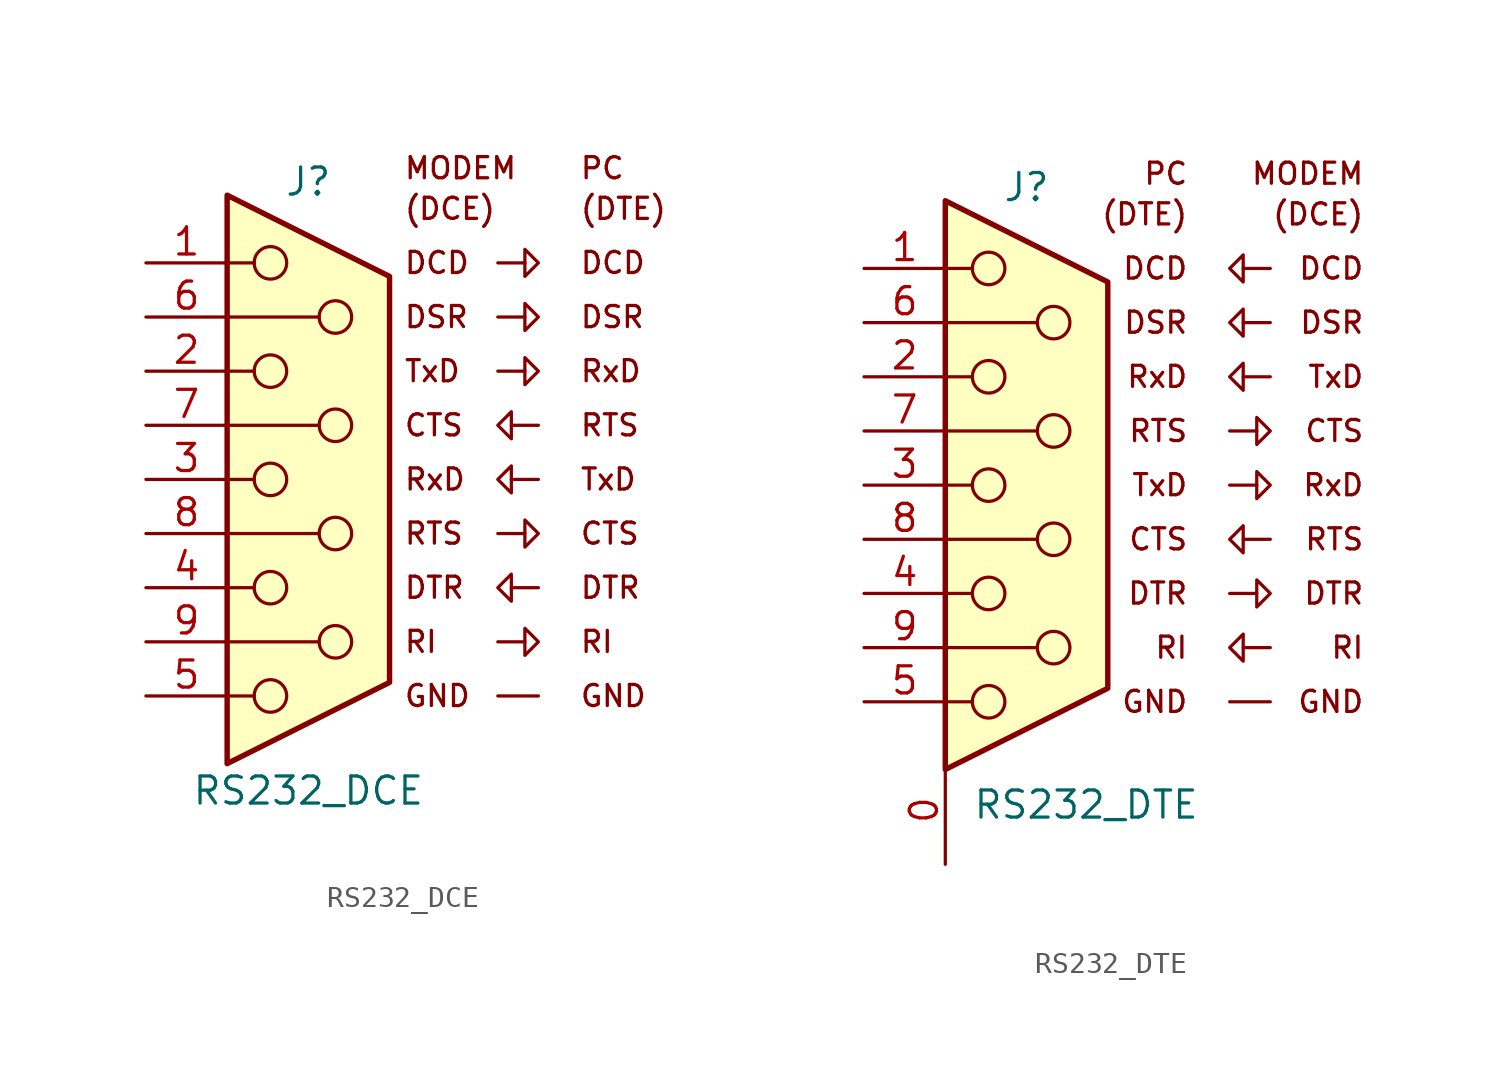
<source format=kicad_sym>
(kicad_symbol_lib
  (version 20231120)
  (generator "kicad_symbol_editor")
  (generator_version "8.0")
  (symbol "RS232_DCE"
    (pin_names
      (offset 1.016) hide)
    (property "Reference" "J"
      (at 0 13.97 0)
      (effects (font (size 1.27 1.27))))
    (property "Value" "RS232_DCE"
      (at 0 -14.605 0)
      (effects (font (size 1.27 1.27))))
    (symbol "RS232_DCE_0_0"
      (text "DSR" (at 4.445 7.62 0) (effects (font (size 0.991 0.991)) (justify left))))
    (symbol "RS232_DCE_0_1"
      (circle (center -1.778 -10.16) (radius 0.762) (stroke (width 0) (type solid)) (fill (type none)))
      (circle (center -1.778 -5.08) (radius 0.762) (stroke (width 0) (type solid)) (fill (type none)))
      (circle (center -1.778 0) (radius 0.762) (stroke (width 0) (type solid)) (fill (type none)))
      (circle (center -1.778 5.08) (radius 0.762) (stroke (width 0) (type solid)) (fill (type none)))
      (circle (center -1.778 10.16) (radius 0.762) (stroke (width 0) (type solid)) (fill (type none)))
      (polyline (pts (xy -3.81 -10.16) (xy -2.54 -10.16)) (stroke (width 0) (type solid)) (fill (type none)))
      (polyline (pts (xy -3.81 -7.62) (xy 0.508 -7.62)) (stroke (width 0) (type solid)) (fill (type none)))
      (polyline (pts (xy -3.81 -5.08) (xy -2.54 -5.08)) (stroke (width 0) (type solid)) (fill (type none)))
      (polyline (pts (xy -3.81 -2.54) (xy 0.508 -2.54)) (stroke (width 0) (type solid)) (fill (type none)))
      (polyline (pts (xy -3.81 0) (xy -2.54 0)) (stroke (width 0) (type solid)) (fill (type none)))
      (polyline (pts (xy -3.81 2.54) (xy 0.508 2.54)) (stroke (width 0) (type solid)) (fill (type none)))
      (polyline (pts (xy -3.81 5.08) (xy -2.54 5.08)) (stroke (width 0) (type solid)) (fill (type none)))
      (polyline (pts (xy -3.81 7.62) (xy 0.508 7.62)) (stroke (width 0) (type solid)) (fill (type none)))
      (polyline (pts (xy -3.81 10.16) (xy -2.54 10.16)) (stroke (width 0) (type solid)) (fill (type none)))
      (polyline (pts (xy -3.81 13.335) (xy -3.81 -13.335) (xy 3.81 -9.525) (xy 3.81 9.525) (xy -3.81 13.335)) (stroke (width 0.254) (type solid)) (fill (type background)))
      (circle (center 1.27 -7.62) (radius 0.762) (stroke (width 0) (type solid)) (fill (type none)))
      (circle (center 1.27 -2.54) (radius 0.762) (stroke (width 0) (type solid)) (fill (type none)))
      (circle (center 1.27 2.54) (radius 0.762) (stroke (width 0) (type solid)) (fill (type none)))
      (circle (center 1.27 7.62) (radius 0.762) (stroke (width 0) (type solid)) (fill (type none))))
    (symbol "RS232_DCE_1_1"
      (polyline (pts (xy 8.89 -10.16) (xy 10.795 -10.16)) (stroke (width 0) (type solid)) (fill (type none)))
      (polyline (pts (xy 9.525 -5.08) (xy 10.795 -5.08)) (stroke (width 0) (type solid)) (fill (type none)))
      (polyline (pts (xy 9.525 0) (xy 10.795 0)) (stroke (width 0) (type solid)) (fill (type none)))
      (polyline (pts (xy 9.525 2.54) (xy 10.795 2.54)) (stroke (width 0) (type solid)) (fill (type none)))
      (polyline (pts (xy 10.16 -7.62) (xy 8.89 -7.62)) (stroke (width 0) (type solid)) (fill (type none)))
      (polyline (pts (xy 10.16 -2.54) (xy 8.89 -2.54)) (stroke (width 0) (type solid)) (fill (type none)))
      (polyline (pts (xy 10.16 5.08) (xy 8.89 5.08)) (stroke (width 0) (type solid)) (fill (type none)))
      (polyline (pts (xy 10.16 7.62) (xy 8.89 7.62)) (stroke (width 0) (type solid)) (fill (type none)))
      (polyline (pts (xy 10.16 10.16) (xy 8.89 10.16)) (stroke (width 0) (type solid)) (fill (type none)))
      (polyline (pts (xy 8.89 -5.08) (xy 9.525 -5.715) (xy 9.525 -4.445) (xy 8.89 -5.08)) (stroke (width 0) (type solid)) (fill (type none)))
      (polyline (pts (xy 8.89 0) (xy 9.525 -0.635) (xy 9.525 0.635) (xy 8.89 0)) (stroke (width 0) (type solid)) (fill (type none)))
      (polyline (pts (xy 8.89 2.54) (xy 9.525 1.905) (xy 9.525 3.175) (xy 8.89 2.54)) (stroke (width 0) (type solid)) (fill (type none)))
      (polyline (pts (xy 10.795 -7.62) (xy 10.16 -6.985) (xy 10.16 -8.255) (xy 10.795 -7.62)) (stroke (width 0) (type solid)) (fill (type none)))
      (polyline (pts (xy 10.795 -2.54) (xy 10.16 -1.905) (xy 10.16 -3.175) (xy 10.795 -2.54)) (stroke (width 0) (type solid)) (fill (type none)))
      (polyline (pts (xy 10.795 5.08) (xy 10.16 5.715) (xy 10.16 4.445) (xy 10.795 5.08)) (stroke (width 0) (type solid)) (fill (type none)))
      (polyline (pts (xy 10.795 7.62) (xy 10.16 8.255) (xy 10.16 6.985) (xy 10.795 7.62)) (stroke (width 0) (type solid)) (fill (type none)))
      (polyline (pts (xy 10.795 10.16) (xy 10.16 10.795) (xy 10.16 9.525) (xy 10.795 10.16)) (stroke (width 0) (type solid)) (fill (type none)))
      (text "(DCE)" (at 4.445 12.7 0) (effects (font (size 0.991 0.991)) (justify left)))
      (text "(DTE)" (at 12.7 12.7 0) (effects (font (size 0.991 0.991)) (justify left)))
      (text "CTS" (at 4.445 2.54 0) (effects (font (size 0.991 0.991)) (justify left)))
      (text "CTS" (at 12.7 -2.54 0) (effects (font (size 0.991 0.991)) (justify left)))
      (text "DCD" (at 4.445 10.16 0) (effects (font (size 0.991 0.991)) (justify left)))
      (text "DCD" (at 12.7 10.16 0) (effects (font (size 0.991 0.991)) (justify left)))
      (text "DSR" (at 12.7 7.62 0) (effects (font (size 0.991 0.991)) (justify left)))
      (text "DTR" (at 4.445 -5.08 0) (effects (font (size 0.991 0.991)) (justify left)))
      (text "DTR" (at 12.7 -5.08 0) (effects (font (size 0.991 0.991)) (justify left)))
      (text "GND" (at 4.445 -10.16 0) (effects (font (size 0.991 0.991)) (justify left)))
      (text "GND" (at 12.7 -10.16 0) (effects (font (size 0.991 0.991)) (justify left)))
      (text "MODEM" (at 4.445 14.605 0) (effects (font (size 0.991 0.991)) (justify left)))
      (text "PC" (at 12.7 14.605 0) (effects (font (size 0.991 0.991)) (justify left)))
      (text "RI" (at 4.445 -7.62 0) (effects (font (size 0.991 0.991)) (justify left)))
      (text "RI" (at 12.7 -7.62 0) (effects (font (size 0.991 0.991)) (justify left)))
      (text "RTS" (at 4.445 -2.54 0) (effects (font (size 0.991 0.991)) (justify left)))
      (text "RTS" (at 12.7 2.54 0) (effects (font (size 0.991 0.991)) (justify left)))
      (text "RxD" (at 4.445 0 0) (effects (font (size 0.991 0.991)) (justify left)))
      (text "RxD" (at 12.7 5.08 0) (effects (font (size 0.991 0.991)) (justify left)))
      (text "TxD" (at 4.445 5.08 0) (effects (font (size 0.991 0.991)) (justify left)))
      (text "TxD" (at 12.7 0 0) (effects (font (size 0.991 0.991)) (justify left)))
      (pin input line (at -7.62 10.16 0) (length 3.81) (name "1" (effects (font (size 1.27 1.27)))) (number "1" (effects (font (size 1.27 1.27)))))
      (pin input line (at -7.62 5.08 0) (length 3.81) (name "2" (effects (font (size 1.27 1.27)))) (number "2" (effects (font (size 1.27 1.27)))))
      (pin output line (at -7.62 0 0) (length 3.81) (name "3" (effects (font (size 1.27 1.27)))) (number "3" (effects (font (size 1.27 1.27)))))
      (pin output line (at -7.62 -5.08 0) (length 3.81) (name "4" (effects (font (size 1.27 1.27)))) (number "4" (effects (font (size 1.27 1.27)))))
      (pin passive line (at -7.62 -10.16 0) (length 3.81) (name "5" (effects (font (size 1.27 1.27)))) (number "5" (effects (font (size 1.27 1.27)))))
      (pin input line (at -7.62 7.62 0) (length 3.81) (name "6" (effects (font (size 1.27 1.27)))) (number "6" (effects (font (size 1.27 1.27)))))
      (pin output line (at -7.62 2.54 0) (length 3.81) (name "7" (effects (font (size 1.27 1.27)))) (number "7" (effects (font (size 1.27 1.27)))))
      (pin input line (at -7.62 -2.54 0) (length 3.81) (name "8" (effects (font (size 1.27 1.27)))) (number "8" (effects (font (size 1.27 1.27)))))
      (pin input line (at -7.62 -7.62 0) (length 3.81) (name "9" (effects (font (size 1.27 1.27)))) (number "9" (effects (font (size 1.27 1.27)))))))
  (symbol "RS232_DTE"
    (pin_names
      (offset 1.016) hide)
    (property "Reference" "J"
      (at 0 13.97 0)
      (effects (font (size 1.27 1.27))))
    (property "Value" "RS232_DTE"
      (at 2.794 -14.986 0)
      (effects (font (size 1.27 1.27))))
    (symbol "RS232_DTE_0_0"
      (text "DSR" (at 15.875 7.62 0) (effects (font (size 0.991 0.991)) (justify right))))
    (symbol "RS232_DTE_0_1"
      (circle (center -1.778 -10.16) (radius 0.762) (stroke (width 0) (type solid)) (fill (type none)))
      (circle (center -1.778 -5.08) (radius 0.762) (stroke (width 0) (type solid)) (fill (type none)))
      (circle (center -1.778 0) (radius 0.762) (stroke (width 0) (type solid)) (fill (type none)))
      (circle (center -1.778 5.08) (radius 0.762) (stroke (width 0) (type solid)) (fill (type none)))
      (circle (center -1.778 10.16) (radius 0.762) (stroke (width 0) (type solid)) (fill (type none)))
      (polyline (pts (xy -3.81 -10.16) (xy -2.54 -10.16)) (stroke (width 0) (type solid)) (fill (type none)))
      (polyline (pts (xy -3.81 -7.62) (xy 0.508 -7.62)) (stroke (width 0) (type solid)) (fill (type none)))
      (polyline (pts (xy -3.81 -5.08) (xy -2.54 -5.08)) (stroke (width 0) (type solid)) (fill (type none)))
      (polyline (pts (xy -3.81 -2.54) (xy 0.508 -2.54)) (stroke (width 0) (type solid)) (fill (type none)))
      (polyline (pts (xy -3.81 0) (xy -2.54 0)) (stroke (width 0) (type solid)) (fill (type none)))
      (polyline (pts (xy -3.81 2.54) (xy 0.508 2.54)) (stroke (width 0) (type solid)) (fill (type none)))
      (polyline (pts (xy -3.81 5.08) (xy -2.54 5.08)) (stroke (width 0) (type solid)) (fill (type none)))
      (polyline (pts (xy -3.81 7.62) (xy 0.508 7.62)) (stroke (width 0) (type solid)) (fill (type none)))
      (polyline (pts (xy -3.81 10.16) (xy -2.54 10.16)) (stroke (width 0) (type solid)) (fill (type none)))
      (polyline (pts (xy -3.81 13.335) (xy -3.81 -13.335) (xy 3.81 -9.525) (xy 3.81 9.525) (xy -3.81 13.335)) (stroke (width 0.254) (type solid)) (fill (type background)))
      (circle (center 1.27 -7.62) (radius 0.762) (stroke (width 0) (type solid)) (fill (type none)))
      (circle (center 1.27 -2.54) (radius 0.762) (stroke (width 0) (type solid)) (fill (type none)))
      (circle (center 1.27 2.54) (radius 0.762) (stroke (width 0) (type solid)) (fill (type none)))
      (circle (center 1.27 7.62) (radius 0.762) (stroke (width 0) (type solid)) (fill (type none))))
    (symbol "RS232_DTE_1_1"
      (polyline (pts (xy 10.16 -7.62) (xy 11.43 -7.62)) (stroke (width 0) (type solid)) (fill (type none)))
      (polyline (pts (xy 10.16 -2.54) (xy 11.43 -2.54)) (stroke (width 0) (type solid)) (fill (type none)))
      (polyline (pts (xy 10.16 5.08) (xy 11.43 5.08)) (stroke (width 0) (type solid)) (fill (type none)))
      (polyline (pts (xy 10.16 7.62) (xy 11.43 7.62)) (stroke (width 0) (type solid)) (fill (type none)))
      (polyline (pts (xy 10.16 10.16) (xy 11.43 10.16)) (stroke (width 0) (type solid)) (fill (type none)))
      (polyline (pts (xy 10.795 -5.08) (xy 9.525 -5.08)) (stroke (width 0) (type solid)) (fill (type none)))
      (polyline (pts (xy 10.795 0) (xy 9.525 0)) (stroke (width 0) (type solid)) (fill (type none)))
      (polyline (pts (xy 10.795 2.54) (xy 9.525 2.54)) (stroke (width 0) (type solid)) (fill (type none)))
      (polyline (pts (xy 11.43 -10.16) (xy 9.525 -10.16)) (stroke (width 0) (type solid)) (fill (type none)))
      (polyline (pts (xy 9.525 -7.62) (xy 10.16 -6.985) (xy 10.16 -8.255) (xy 9.525 -7.62)) (stroke (width 0) (type solid)) (fill (type none)))
      (polyline (pts (xy 9.525 -2.54) (xy 10.16 -1.905) (xy 10.16 -3.175) (xy 9.525 -2.54)) (stroke (width 0) (type solid)) (fill (type none)))
      (polyline (pts (xy 9.525 5.08) (xy 10.16 5.715) (xy 10.16 4.445) (xy 9.525 5.08)) (stroke (width 0) (type solid)) (fill (type none)))
      (polyline (pts (xy 9.525 7.62) (xy 10.16 8.255) (xy 10.16 6.985) (xy 9.525 7.62)) (stroke (width 0) (type solid)) (fill (type none)))
      (polyline (pts (xy 9.525 10.16) (xy 10.16 10.795) (xy 10.16 9.525) (xy 9.525 10.16)) (stroke (width 0) (type solid)) (fill (type none)))
      (polyline (pts (xy 11.43 -5.08) (xy 10.795 -5.715) (xy 10.795 -4.445) (xy 11.43 -5.08)) (stroke (width 0) (type solid)) (fill (type none)))
      (polyline (pts (xy 11.43 0) (xy 10.795 -0.635) (xy 10.795 0.635) (xy 11.43 0)) (stroke (width 0) (type solid)) (fill (type none)))
      (polyline (pts (xy 11.43 2.54) (xy 10.795 1.905) (xy 10.795 3.175) (xy 11.43 2.54)) (stroke (width 0) (type solid)) (fill (type none)))
      (text "(DCE)" (at 15.875 12.7 0) (effects (font (size 0.991 0.991)) (justify right)))
      (text "(DTE)" (at 7.62 12.7 0) (effects (font (size 0.991 0.991)) (justify right)))
      (text "CTS" (at 7.62 -2.54 0) (effects (font (size 0.991 0.991)) (justify right)))
      (text "CTS" (at 15.875 2.54 0) (effects (font (size 0.991 0.991)) (justify right)))
      (text "DCD" (at 7.62 10.16 0) (effects (font (size 0.991 0.991)) (justify right)))
      (text "DCD" (at 15.875 10.16 0) (effects (font (size 0.991 0.991)) (justify right)))
      (text "DSR" (at 7.62 7.62 0) (effects (font (size 0.991 0.991)) (justify right)))
      (text "DTR" (at 7.62 -5.08 0) (effects (font (size 0.991 0.991)) (justify right)))
      (text "DTR" (at 15.875 -5.08 0) (effects (font (size 0.991 0.991)) (justify right)))
      (text "GND" (at 7.62 -10.16 0) (effects (font (size 0.991 0.991)) (justify right)))
      (text "GND" (at 15.875 -10.16 0) (effects (font (size 0.991 0.991)) (justify right)))
      (text "MODEM" (at 15.875 14.605 0) (effects (font (size 0.991 0.991)) (justify right)))
      (text "PC" (at 7.62 14.605 0) (effects (font (size 0.991 0.991)) (justify right)))
      (text "RI" (at 7.62 -7.62 0) (effects (font (size 0.991 0.991)) (justify right)))
      (text "RI" (at 15.875 -7.62 0) (effects (font (size 0.991 0.991)) (justify right)))
      (text "RTS" (at 7.62 2.54 0) (effects (font (size 0.991 0.991)) (justify right)))
      (text "RTS" (at 15.875 -2.54 0) (effects (font (size 0.991 0.991)) (justify right)))
      (text "RxD" (at 7.62 5.08 0) (effects (font (size 0.991 0.991)) (justify right)))
      (text "RxD" (at 15.875 0 0) (effects (font (size 0.991 0.991)) (justify right)))
      (text "TxD" (at 7.62 0 0) (effects (font (size 0.991 0.991)) (justify right)))
      (text "TxD" (at 15.875 5.08 0) (effects (font (size 0.991 0.991)) (justify right)))
      (pin passive line (at -3.81 -17.78 90) (length 5.08) (name "S" (effects (font (size 1.27 1.27)))) (number "0" (effects (font (size 1.27 1.27)))))
      (pin output line (at -7.62 10.16 0) (length 3.81) (name "1" (effects (font (size 1.27 1.27)))) (number "1" (effects (font (size 1.27 1.27)))))
      (pin output line (at -7.62 5.08 0) (length 3.81) (name "2" (effects (font (size 1.27 1.27)))) (number "2" (effects (font (size 1.27 1.27)))))
      (pin input line (at -7.62 0 0) (length 3.81) (name "3" (effects (font (size 1.27 1.27)))) (number "3" (effects (font (size 1.27 1.27)))))
      (pin input line (at -7.62 -5.08 0) (length 3.81) (name "4" (effects (font (size 1.27 1.27)))) (number "4" (effects (font (size 1.27 1.27)))))
      (pin passive line (at -7.62 -10.16 0) (length 3.81) (name "5" (effects (font (size 1.27 1.27)))) (number "5" (effects (font (size 1.27 1.27)))))
      (pin output line (at -7.62 7.62 0) (length 3.81) (name "6" (effects (font (size 1.27 1.27)))) (number "6" (effects (font (size 1.27 1.27)))))
      (pin input line (at -7.62 2.54 0) (length 3.81) (name "7" (effects (font (size 1.27 1.27)))) (number "7" (effects (font (size 1.27 1.27)))))
      (pin output line (at -7.62 -2.54 0) (length 3.81) (name "8" (effects (font (size 1.27 1.27)))) (number "8" (effects (font (size 1.27 1.27)))))
      (pin output line (at -7.62 -7.62 0) (length 3.81) (name "9" (effects (font (size 1.27 1.27)))) (number "9" (effects (font (size 1.27 1.27))))))))
</source>
